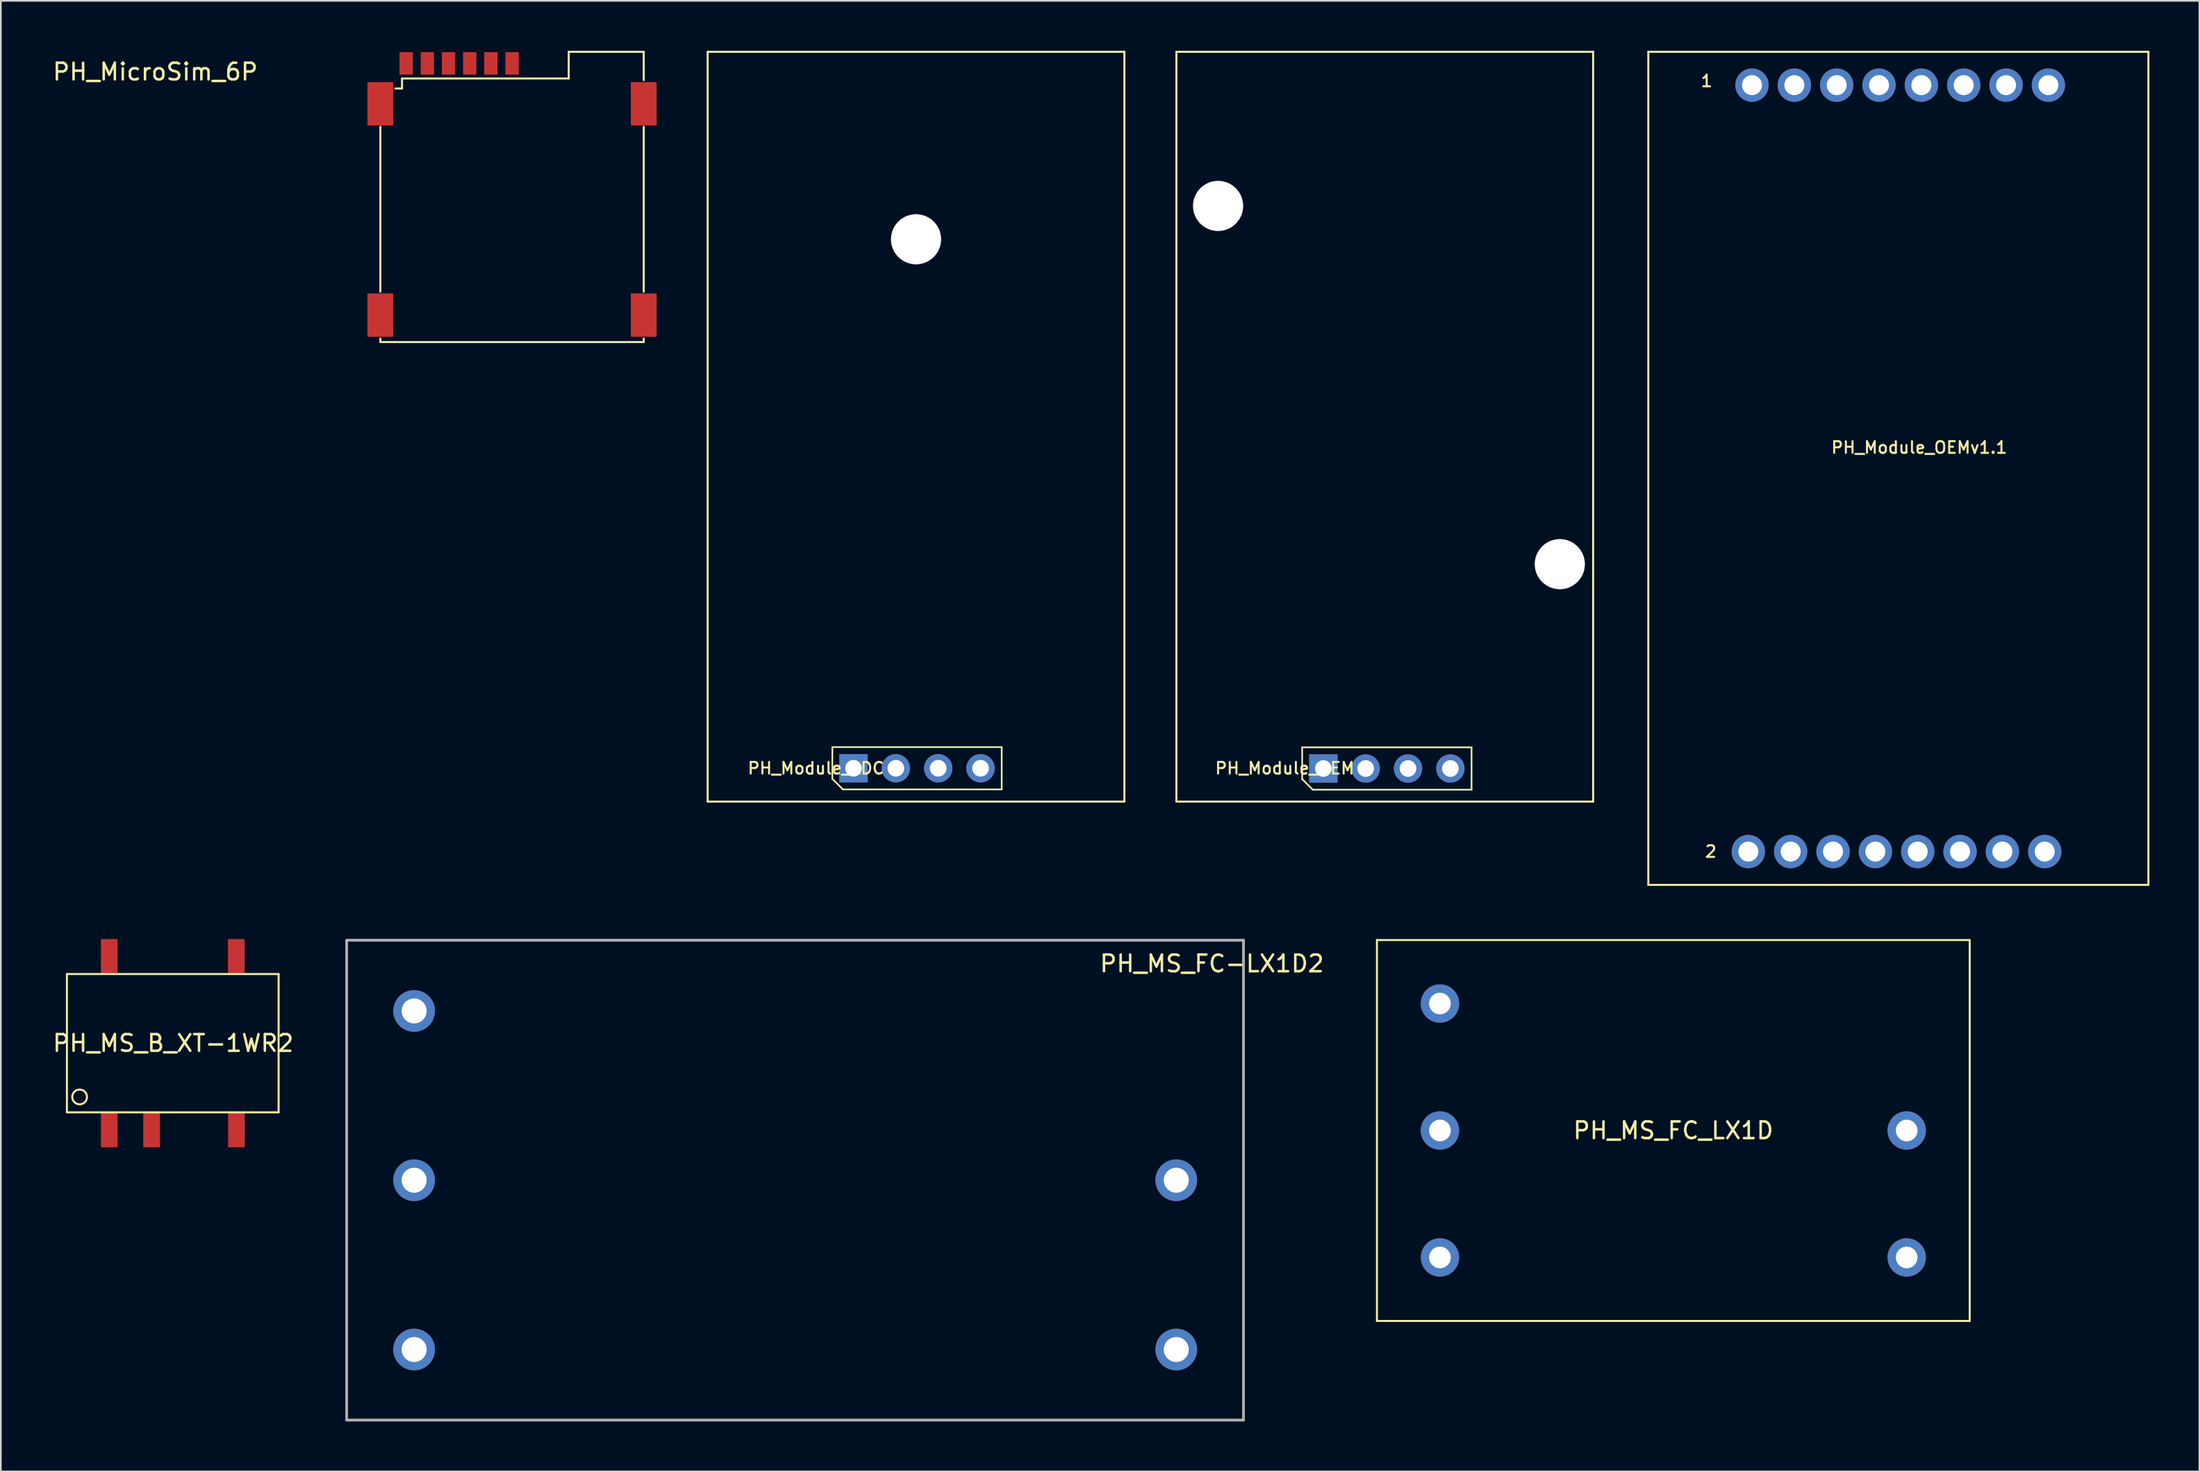
<source format=kicad_pcb>
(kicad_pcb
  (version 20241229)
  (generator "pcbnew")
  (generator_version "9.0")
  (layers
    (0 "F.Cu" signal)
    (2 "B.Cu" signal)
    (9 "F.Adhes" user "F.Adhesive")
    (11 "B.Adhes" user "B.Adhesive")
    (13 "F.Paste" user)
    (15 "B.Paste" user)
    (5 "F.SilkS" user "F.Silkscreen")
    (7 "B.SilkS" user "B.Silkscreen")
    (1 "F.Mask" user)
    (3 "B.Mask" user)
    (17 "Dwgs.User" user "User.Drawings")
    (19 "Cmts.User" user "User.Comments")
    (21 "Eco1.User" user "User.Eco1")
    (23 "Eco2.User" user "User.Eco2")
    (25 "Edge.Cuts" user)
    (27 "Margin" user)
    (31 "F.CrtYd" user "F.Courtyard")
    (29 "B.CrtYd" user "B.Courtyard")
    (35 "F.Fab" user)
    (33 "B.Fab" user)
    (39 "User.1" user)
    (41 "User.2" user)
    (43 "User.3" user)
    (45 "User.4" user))
  (footprint "PH_Module_OEMv1.1"
    (layer "F.Cu")
    (at 95.833 50.06)
    (property "Reference" "PH_Module_OEMv1.1" (at 16.25 -26.25 0) (layer "F.SilkS") (effects (font (size 0.7 0.7) (thickness 0.12))))
    (attr through_hole)
    (fp_line (start 0 -50) (end 30 -50) (stroke (width 0.12) (type solid)) (layer "F.SilkS"))
    (fp_line (start 0 0) (end 0 -50) (stroke (width 0.12) (type solid)) (layer "F.SilkS"))
    (fp_line (start 0 0) (end 30 0) (stroke (width 0.12) (type solid)) (layer "F.SilkS"))
    (fp_line (start 30 0) (end 30 -50) (stroke (width 0.12) (type solid)) (layer "F.SilkS"))
    (fp_text user "1" (at 3.5 -48.25 0) (layer "F.SilkS") (effects (font (size 0.7 0.7) (thickness 0.12))))
    (fp_text user "2" (at 3.75 -2 0) (layer "F.SilkS") (effects (font (size 0.7 0.7) (thickness 0.12))))
    (pad "1" thru_hole circle (at 6.22 -48) (size 2 2) (drill 1.2) (layers "*.Cu" "*.Mask"))
    (pad "2" thru_hole circle (at 8.76 -48) (size 2 2) (drill 1.2) (layers "*.Cu" "*.Mask"))
    (pad "3" thru_hole circle (at 11.3 -48) (size 2 2) (drill 1.2) (layers "*.Cu" "*.Mask"))
    (pad "4" thru_hole circle (at 13.84 -48) (size 2 2) (drill 1.2) (layers "*.Cu" "*.Mask"))
    (pad "5" thru_hole circle (at 16.38 -48) (size 2 2) (drill 1.2) (layers "*.Cu" "*.Mask"))
    (pad "6" thru_hole circle (at 18.92 -48) (size 2 2) (drill 1.2) (layers "*.Cu" "*.Mask"))
    (pad "7" thru_hole circle (at 21.46 -48) (size 2 2) (drill 1.2) (layers "*.Cu" "*.Mask"))
    (pad "8" thru_hole circle (at 24 -48) (size 2 2) (drill 1.2) (layers "*.Cu" "*.Mask"))
    (pad "9" thru_hole circle (at 6 -2) (size 2 2) (drill 1.2) (layers "*.Cu" "*.Mask"))
    (pad "10" thru_hole circle (at 8.54 -2) (size 2 2) (drill 1.2) (layers "*.Cu" "*.Mask"))
    (pad "11" thru_hole circle (at 11.08 -2) (size 2 2) (drill 1.2) (layers "*.Cu" "*.Mask"))
    (pad "12" thru_hole circle (at 13.62 -2) (size 2 2) (drill 1.2) (layers "*.Cu" "*.Mask"))
    (pad "13" thru_hole circle (at 16.16 -2) (size 2 2) (drill 1.2) (layers "*.Cu" "*.Mask"))
    (pad "14" thru_hole circle (at 18.7 -2) (size 2 2) (drill 1.2) (layers "*.Cu" "*.Mask"))
    (pad "15" thru_hole circle (at 21.24 -2) (size 2 2) (drill 1.2) (layers "*.Cu" "*.Mask"))
    (pad "16" thru_hole circle (at 23.78 -2) (size 2 2) (drill 1.2) (layers "*.Cu" "*.Mask")))
  (footprint "PH_MS_B_XT-1WR2"
    (layer "F.Cu")
    (at 7.314 59.56)
    (property "Reference" "PH_MS_B_XT-1WR2" (at 0.025 0 0) (layer "F.SilkS") (effects (font (size 1 1) (thickness 0.15))))
    (attr through_hole)
    (fp_line (start -6.35 -4.15) (end -6.35 4.15) (stroke (width 0.12) (type solid)) (layer "F.SilkS"))
    (fp_line (start -6.35 -4.15) (end 6.35 -4.15) (stroke (width 0.12) (type solid)) (layer "F.SilkS"))
    (fp_line (start -6.35 4.15) (end 6.35 4.15) (stroke (width 0.12) (type solid)) (layer "F.SilkS"))
    (fp_line (start 6.35 -4.15) (end 6.35 4.15) (stroke (width 0.12) (type solid)) (layer "F.SilkS"))
    (fp_circle (center -5.588 3.226) (end -5.182 3.404) (stroke (width 0.12) (type solid)) (fill no) (layer "F.SilkS"))
    (pad "1" smd rect (at -3.81 5.2) (size 1 2.1) (layers "F.Cu" "F.Mask" "F.Paste"))
    (pad "2" smd rect (at -1.27 5.2) (size 1 2.1) (layers "F.Cu" "F.Mask" "F.Paste"))
    (pad "4" smd rect (at 3.82 5.2) (size 1 2.1) (layers "F.Cu" "F.Mask" "F.Paste"))
    (pad "5" smd rect (at 3.81 -5.2) (size 1 2.1) (layers "F.Cu" "F.Mask" "F.Paste"))
    (pad "8" smd rect (at -3.81 -5.2) (size 1 2.1) (layers "F.Cu" "F.Mask" "F.Paste")))
  (footprint "PH_MS_FC_LX1D"
    (layer "F.Cu")
    (at 97.333 64.8)
    (property "Reference" "PH_MS_FC_LX1D" (at 0 0 0) (layer "F.SilkS") (effects (font (size 1 1) (thickness 0.15))))
    (attr through_hole)
    (fp_line (start -17.78 -11.43) (end -17.78 11.43) (stroke (width 0.12) (type solid)) (layer "F.SilkS"))
    (fp_line (start -17.78 11.43) (end 17.78 11.43) (stroke (width 0.12) (type solid)) (layer "F.SilkS"))
    (fp_line (start 17.78 -11.43) (end -17.78 -11.43) (stroke (width 0.12) (type solid)) (layer "F.SilkS"))
    (fp_line (start 17.78 11.43) (end 17.78 -11.43) (stroke (width 0.12) (type solid)) (layer "F.SilkS"))
    (pad "1" thru_hole circle (at -14 -7.62) (size 2.3 2.3) (drill 1.3) (layers "*.Cu" "*.Mask"))
    (pad "2" thru_hole circle (at -14 0) (size 2.3 2.3) (drill 1.3) (layers "*.Cu" "*.Mask"))
    (pad "3" thru_hole circle (at -14 7.62) (size 2.3 2.3) (drill 1.3) (layers "*.Cu" "*.Mask"))
    (pad "4" thru_hole circle (at 14 7.62) (size 2.3 2.3) (drill 1.3) (layers "*.Cu" "*.Mask"))
    (pad "5" thru_hole circle (at 14 0) (size 2.3 2.3) (drill 1.3) (layers "*.Cu" "*.Mask")))
  (footprint "PH_MS_FC-LX1D2"
    (layer "F.Cu")
    (at 44.654 67.785)
    (property "Reference" "PH_MS_FC-LX1D2" (at 25 -13 0) (layer "F.SilkS") (effects (font (size 1 1) (thickness 0.15))))
    (attr through_hole)
    (fp_line (start -26.9 -14.4) (end -26.9 14.4) (stroke (width 0.15) (type solid)) (layer "F.SilkS"))
    (fp_line (start -26.9 14.4) (end 26.9 14.4) (stroke (width 0.15) (type solid)) (layer "F.SilkS"))
    (fp_line (start 26.9 -14.4) (end -26.9 -14.4) (stroke (width 0.15) (type solid)) (layer "F.SilkS"))
    (fp_line (start 26.9 14.4) (end 26.9 -14.4) (stroke (width 0.15) (type solid)) (layer "F.SilkS"))
    (fp_line (start -26.9 -14.4) (end -26.9 14.4) (stroke (width 0.15) (type solid)) (layer "F.Fab"))
    (fp_line (start -26.9 14.4) (end 26.9 14.4) (stroke (width 0.15) (type solid)) (layer "F.Fab"))
    (fp_line (start 26.9 -14.4) (end -26.9 -14.4) (stroke (width 0.15) (type solid)) (layer "F.Fab"))
    (fp_line (start 26.9 14.4) (end 26.9 -14.4) (stroke (width 0.15) (type solid)) (layer "F.Fab"))
    (pad "1" thru_hole circle (at -22.86 -10.16) (size 2.5 2.5) (drill 1.5) (layers "*.Cu" "*.Mask"))
    (pad "2" thru_hole circle (at -22.86 0) (size 2.5 2.5) (drill 1.5) (layers "*.Cu" "*.Mask"))
    (pad "3" thru_hole circle (at -22.86 10.16) (size 2.5 2.5) (drill 1.5) (layers "*.Cu" "*.Mask"))
    (pad "4" thru_hole circle (at 22.86 10.16) (size 2.5 2.5) (drill 1.5) (layers "*.Cu" "*.Mask"))
    (pad "5" thru_hole circle (at 22.86 0) (size 2.5 2.5) (drill 1.5) (layers "*.Cu" "*.Mask")))
  (footprint "PH_Module_ADC"
    (layer "F.Cu")
    (at 51.903 43.06)
    (property "Reference" "PH_Module_ADC" (at -6 0 180) (layer "F.SilkS") (effects (font (size 0.7 0.7) (thickness 0.12))))
    (attr through_hole)
    (fp_line (start -12.5 -43) (end 12.5 -43) (stroke (width 0.12) (type solid)) (layer "F.SilkS"))
    (fp_line (start -12.5 2) (end -12.5 -43) (stroke (width 0.12) (type solid)) (layer "F.SilkS"))
    (fp_line (start -12.5 2) (end 12.5 2) (stroke (width 0.12) (type solid)) (layer "F.SilkS"))
    (fp_line (start -5.02 -1.27) (end 5.14 -1.27) (stroke (width 0.1) (type solid)) (layer "F.SilkS"))
    (fp_line (start -5.02 0.635) (end -5.02 -1.27) (stroke (width 0.1) (type solid)) (layer "F.SilkS"))
    (fp_line (start -4.385 1.27) (end -5.02 0.635) (stroke (width 0.1) (type solid)) (layer "F.SilkS"))
    (fp_line (start 5.14 -1.27) (end 5.14 1.27) (stroke (width 0.1) (type solid)) (layer "F.SilkS"))
    (fp_line (start 5.14 1.27) (end -4.385 1.27) (stroke (width 0.1) (type solid)) (layer "F.SilkS"))
    (fp_line (start 12.5 2) (end 12.5 -43) (stroke (width 0.12) (type solid)) (layer "F.SilkS"))
    (pad "1" thru_hole rect (at -3.75 0 90) (size 1.7 1.7) (drill 1) (layers "*.Cu" "*.Mask"))
    (pad "2" thru_hole oval (at -1.21 0 90) (size 1.7 1.7) (drill 1) (layers "*.Cu" "*.Mask"))
    (pad "3" thru_hole oval (at 1.33 0 90) (size 1.7 1.7) (drill 1) (layers "*.Cu" "*.Mask"))
    (pad "4" thru_hole oval (at 3.87 0 90) (size 1.7 1.7) (drill 1) (layers "*.Cu" "*.Mask"))
    (pad "~" thru_hole circle (at 0 -31.75) (size 3 3) (drill 3) (layers "*.Cu" "*.Mask")))
  (footprint "PH_Module_OEM"
    (layer "F.Cu")
    (at 80.023 43.06)
    (property "Reference" "PH_Module_OEM" (at -6 0 180) (layer "F.SilkS") (effects (font (size 0.7 0.7) (thickness 0.12))))
    (attr through_hole)
    (fp_line (start -12.5 -43) (end 12.5 -43) (stroke (width 0.12) (type solid)) (layer "F.SilkS"))
    (fp_line (start -12.5 2) (end -12.5 -43) (stroke (width 0.12) (type solid)) (layer "F.SilkS"))
    (fp_line (start -12.5 2) (end 12.5 2) (stroke (width 0.12) (type solid)) (layer "F.SilkS"))
    (fp_line (start -4.955 -1.255) (end 5.205 -1.255) (stroke (width 0.1) (type solid)) (layer "F.SilkS"))
    (fp_line (start -4.955 0.65) (end -4.955 -1.255) (stroke (width 0.1) (type solid)) (layer "F.SilkS"))
    (fp_line (start -4.32 1.285) (end -4.955 0.65) (stroke (width 0.1) (type solid)) (layer "F.SilkS"))
    (fp_line (start 5.205 -1.255) (end 5.205 1.285) (stroke (width 0.1) (type solid)) (layer "F.SilkS"))
    (fp_line (start 5.205 1.285) (end -4.32 1.285) (stroke (width 0.1) (type solid)) (layer "F.SilkS"))
    (fp_line (start 12.5 2) (end 12.5 -43) (stroke (width 0.12) (type solid)) (layer "F.SilkS"))
    (pad "1" thru_hole rect (at -3.685 0.015 90) (size 1.7 1.7) (drill 1) (layers "*.Cu" "*.Mask"))
    (pad "2" thru_hole oval (at -1.145 0.015 90) (size 1.7 1.7) (drill 1) (layers "*.Cu" "*.Mask"))
    (pad "3" thru_hole oval (at 1.395 0.015 90) (size 1.7 1.7) (drill 1) (layers "*.Cu" "*.Mask"))
    (pad "4" thru_hole oval (at 3.935 0.015 90) (size 1.7 1.7) (drill 1) (layers "*.Cu" "*.Mask"))
    (pad "~" thru_hole circle (at -10 -33.75) (size 3 3) (drill 3) (layers "*.Cu" "*.Mask"))
    (pad "~" thru_hole circle (at 10.5 -12.25) (size 3 3) (drill 3) (layers "*.Cu" "*.Mask")))
  (footprint "PH_MicroSim_6P"
    (layer "F.Cu")
    (at 27.668 15.86)
    (property "Reference" "PH_MicroSim_6P" (at -21.4 -14.6 0) (layer "F.SilkS") (effects (font (size 1 1) (thickness 0.15))))
    (attr through_hole)
    (fp_line (start -7.9 -11.3) (end -7.9 -1.4) (stroke (width 0.12) (type solid)) (layer "F.SilkS"))
    (fp_line (start -7.9 1.4) (end -7.9 1.62) (stroke (width 0.12) (type solid)) (layer "F.SilkS"))
    (fp_line (start -7.9 1.62) (end 7.9 1.62) (stroke (width 0.12) (type solid)) (layer "F.SilkS"))
    (fp_line (start -7 -13.6) (end -6.6 -13.6) (stroke (width 0.12) (type solid)) (layer "F.SilkS"))
    (fp_line (start -6.6 -14.2) (end 3.4 -14.2) (stroke (width 0.12) (type solid)) (layer "F.SilkS"))
    (fp_line (start -6.6 -13.6) (end -6.6 -14.2) (stroke (width 0.12) (type solid)) (layer "F.SilkS"))
    (fp_line (start 3.4 -15.8) (end 7.9 -15.8) (stroke (width 0.12) (type solid)) (layer "F.SilkS"))
    (fp_line (start 3.4 -14.2) (end 3.4 -15.8) (stroke (width 0.12) (type solid)) (layer "F.SilkS"))
    (fp_line (start 7.9 -15.8) (end 7.9 -14.1) (stroke (width 0.12) (type solid)) (layer "F.SilkS"))
    (fp_line (start 7.9 -11.3) (end 7.9 -1.4) (stroke (width 0.12) (type solid)) (layer "F.SilkS"))
    (fp_line (start 7.9 1.62) (end 7.9 1.4) (stroke (width 0.12) (type solid)) (layer "F.SilkS"))
    (pad "1" smd rect (at -5.08 -15.105) (size 0.8 1.35) (layers "F.Cu" "F.Mask" "F.Paste"))
    (pad "2" smd rect (at -2.54 -15.105) (size 0.8 1.35) (layers "F.Cu" "F.Mask" "F.Paste"))
    (pad "3" smd rect (at 0 -15.105) (size 0.8 1.35) (layers "F.Cu" "F.Mask" "F.Paste"))
    (pad "5" smd rect (at -6.35 -15.105) (size 0.8 1.35) (layers "F.Cu" "F.Mask" "F.Paste"))
    (pad "6" smd rect (at -3.81 -15.105) (size 0.8 1.35) (layers "F.Cu" "F.Mask" "F.Paste"))
    (pad "7" smd rect (at -1.27 -15.105) (size 0.8 1.35) (layers "F.Cu" "F.Mask" "F.Paste"))
    (pad "GND" smd rect (at -7.9 -12.68) (size 1.55 2.6) (layers "F.Cu" "F.Mask" "F.Paste"))
    (pad "GND" smd rect (at -7.9 0) (size 1.55 2.6) (layers "F.Cu" "F.Mask" "F.Paste"))
    (pad "GND" smd rect (at 7.9 -12.68) (size 1.55 2.6) (layers "F.Cu" "F.Mask" "F.Paste"))
    (pad "GND" smd rect (at 7.9 0) (size 1.55 2.6) (layers "F.Cu" "F.Mask" "F.Paste")))
  (gr_rect
    (start -3 -3)
    (end 128.893 85.26)
    (stroke (width 0.1) (type default))
    (fill no)
    (layer "Edge.Cuts")))
</source>
